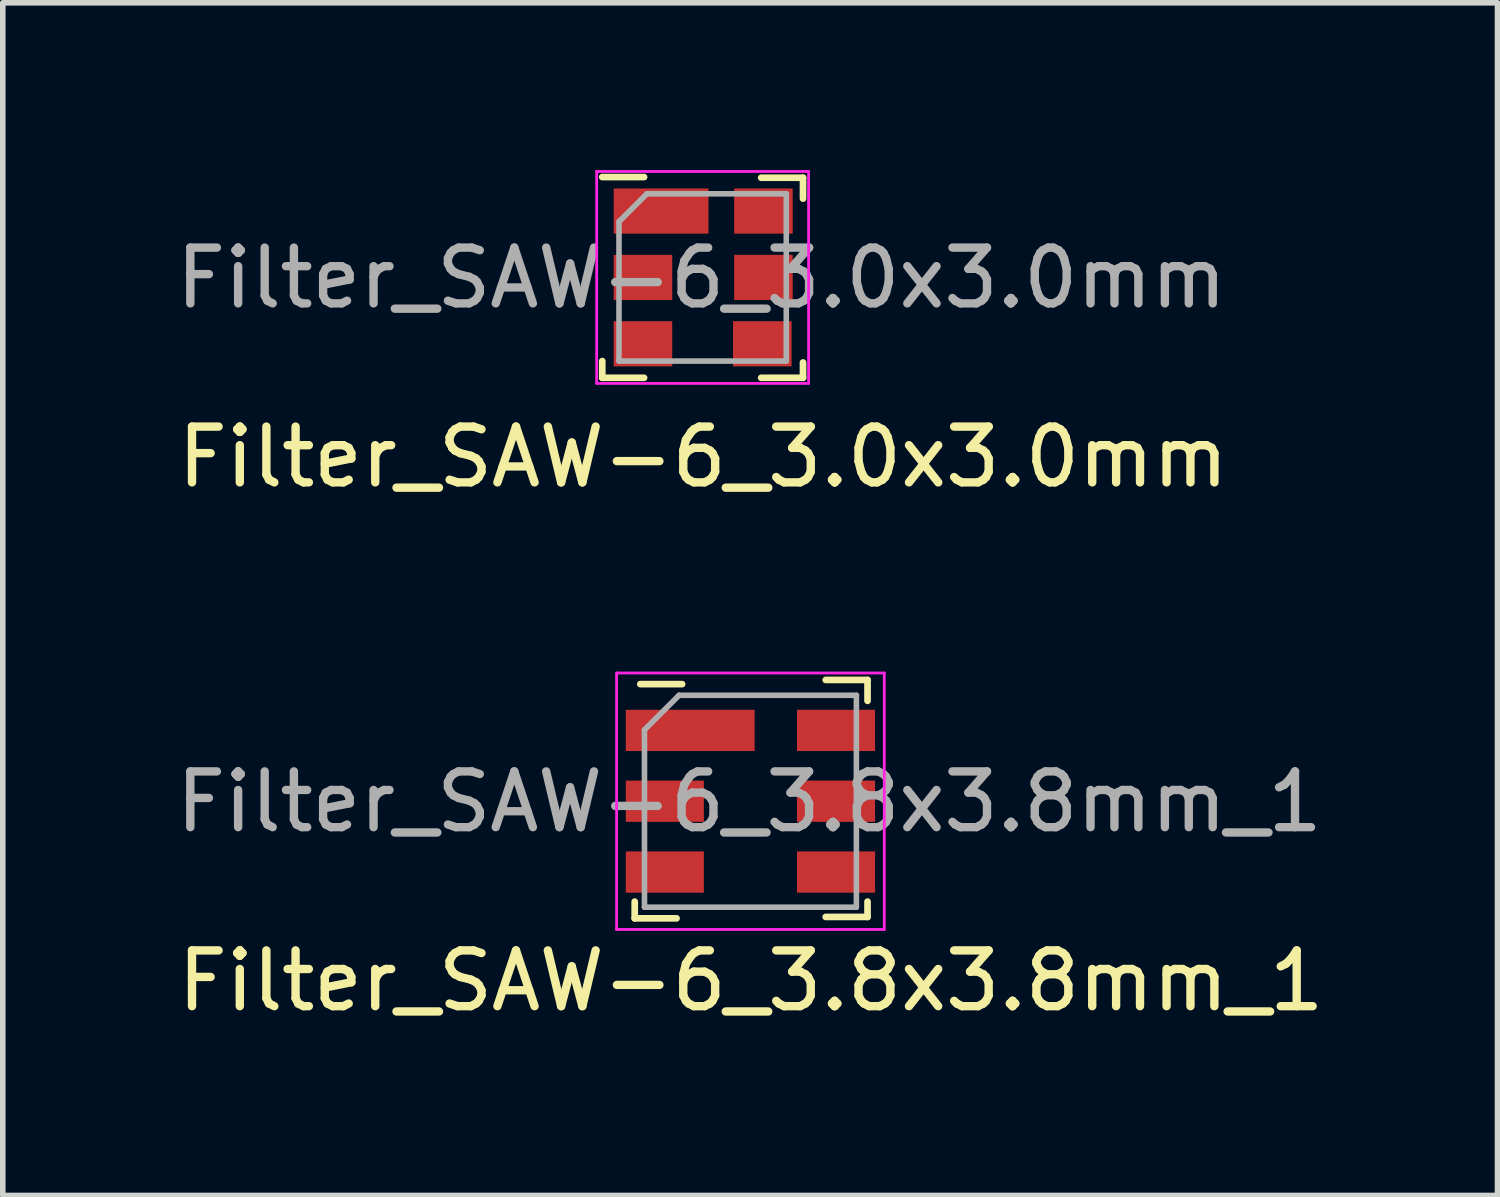
<source format=kicad_pcb>
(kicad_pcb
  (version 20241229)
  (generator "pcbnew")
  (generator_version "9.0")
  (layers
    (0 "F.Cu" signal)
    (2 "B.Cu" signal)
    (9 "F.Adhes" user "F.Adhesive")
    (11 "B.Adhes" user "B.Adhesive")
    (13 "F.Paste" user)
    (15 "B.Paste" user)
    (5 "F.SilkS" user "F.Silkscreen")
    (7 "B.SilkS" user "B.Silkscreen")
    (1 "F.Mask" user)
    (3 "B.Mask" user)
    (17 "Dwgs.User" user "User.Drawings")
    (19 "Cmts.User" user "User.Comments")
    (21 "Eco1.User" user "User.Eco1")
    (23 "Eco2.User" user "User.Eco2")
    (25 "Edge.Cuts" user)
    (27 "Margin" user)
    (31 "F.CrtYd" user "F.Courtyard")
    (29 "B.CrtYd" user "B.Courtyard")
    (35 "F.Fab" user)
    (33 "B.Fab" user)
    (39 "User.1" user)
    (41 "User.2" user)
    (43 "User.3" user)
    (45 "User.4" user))
  (footprint "Filter_SAW-6_3.0x3.0mm"
    (layer "F.Cu")
    (at 9.55 1.925)
    (property "Reference" "Filter_SAW-6_3.0x3.0mm" (at 0.01 3.22 0) (layer "F.SilkS") (effects (font (size 1 1) (thickness 0.15))))
    (attr smd)
    (fp_line (start -1.8 -1.8) (end -1.05 -1.8) (stroke (width 0.12) (type solid)) (layer "F.SilkS"))
    (fp_line (start -1.8 1.8) (end -1.8 1.5) (stroke (width 0.12) (type solid)) (layer "F.SilkS"))
    (fp_line (start -1.8 1.8) (end -1.05 1.8) (stroke (width 0.12) (type solid)) (layer "F.SilkS"))
    (fp_line (start 1.8 -1.788) (end 1.05 -1.788) (stroke (width 0.12) (type solid)) (layer "F.SilkS"))
    (fp_line (start 1.8 -1.788) (end 1.8 -1.413) (stroke (width 0.12) (type solid)) (layer "F.SilkS"))
    (fp_line (start 1.8 1.8) (end 1.05 1.8) (stroke (width 0.12) (type solid)) (layer "F.SilkS"))
    (fp_line (start 1.8 1.8) (end 1.8 1.525) (stroke (width 0.12) (type solid)) (layer "F.SilkS"))
    (fp_line (start -1.9 -1.9) (end 1.9 -1.9) (stroke (width 0.05) (type solid)) (layer "F.CrtYd"))
    (fp_line (start -1.9 1.9) (end -1.9 -1.9) (stroke (width 0.05) (type solid)) (layer "F.CrtYd"))
    (fp_line (start 1.9 -1.9) (end 1.9 1.9) (stroke (width 0.05) (type solid)) (layer "F.CrtYd"))
    (fp_line (start 1.9 1.9) (end -1.9 1.9) (stroke (width 0.05) (type solid)) (layer "F.CrtYd"))
    (fp_line (start -1.5 -1) (end -1.5 1.5) (stroke (width 0.1) (type default)) (layer "F.Fab"))
    (fp_line (start -1.5 1.5) (end 1.5 1.5) (stroke (width 0.1) (type default)) (layer "F.Fab"))
    (fp_line (start -1 -1.5) (end -1.5 -1) (stroke (width 0.1) (type default)) (layer "F.Fab"))
    (fp_line (start 1.5 -1.5) (end -1 -1.5) (stroke (width 0.1) (type default)) (layer "F.Fab"))
    (fp_line (start 1.5 1.5) (end 1.5 -1.5) (stroke (width 0.1) (type default)) (layer "F.Fab"))
    (fp_text user "${REFERENCE}" (at -0.02 0.01 0) (layer "F.Fab") (effects (font (size 1 1) (thickness 0.15))))
    (pad "1" smd rect (at -0.745 -1.19) (size 1.7 0.81) (layers "F.Cu" "F.Mask" "F.Paste"))
    (pad "2" smd rect (at -1.07 0) (size 1.05 0.81) (layers "F.Cu" "F.Mask" "F.Paste"))
    (pad "3" smd rect (at -1.07 1.19) (size 1.05 0.81) (layers "F.Cu" "F.Mask" "F.Paste"))
    (pad "4" smd rect (at 1.07 1.19) (size 1.05 0.81) (layers "F.Cu" "F.Mask" "F.Paste"))
    (pad "5" smd rect (at 1.09 0) (size 1.05 0.81) (layers "F.Cu" "F.Mask" "F.Paste"))
    (pad "6" smd rect (at 1.09 -1.19) (size 1.05 0.81) (layers "F.Cu" "F.Mask" "F.Paste")))
  (footprint "Filter_SAW-6_3.8x3.8mm_1"
    (layer "F.Cu")
    (at 10.407 11.318)
    (property "Reference" "Filter_SAW-6_3.8x3.8mm_1" (at 0.01 3.22 0) (layer "F.SilkS") (effects (font (size 1 1) (thickness 0.15))))
    (attr smd)
    (fp_line (start -2.075 2.1) (end -2.075 1.8) (stroke (width 0.12) (type solid)) (layer "F.SilkS"))
    (fp_line (start -2.075 2.1) (end -1.325 2.1) (stroke (width 0.12) (type solid)) (layer "F.SilkS"))
    (fp_line (start -1.975 -2.1) (end -1.225 -2.1) (stroke (width 0.12) (type solid)) (layer "F.SilkS"))
    (fp_line (start 2.1 -2.175) (end 1.35 -2.175) (stroke (width 0.12) (type solid)) (layer "F.SilkS"))
    (fp_line (start 2.1 -2.175) (end 2.1 -1.8) (stroke (width 0.12) (type solid)) (layer "F.SilkS"))
    (fp_line (start 2.1 2.075) (end 1.35 2.075) (stroke (width 0.12) (type solid)) (layer "F.SilkS"))
    (fp_line (start 2.1 2.075) (end 2.1 1.8) (stroke (width 0.12) (type solid)) (layer "F.SilkS"))
    (fp_line (start -2.4 -2.3) (end 2.4 -2.3) (stroke (width 0.05) (type solid)) (layer "F.CrtYd"))
    (fp_line (start -2.4 2.3) (end -2.4 -2.3) (stroke (width 0.05) (type solid)) (layer "F.CrtYd"))
    (fp_line (start 2.4 -2.3) (end 2.4 2.3) (stroke (width 0.05) (type solid)) (layer "F.CrtYd"))
    (fp_line (start 2.4 2.3) (end -2.4 2.3) (stroke (width 0.05) (type solid)) (layer "F.CrtYd"))
    (fp_line (start -1.9 1.9) (end -1.9 -1.28) (stroke (width 0.1) (type solid)) (layer "F.Fab"))
    (fp_line (start -1.28 -1.9) (end -1.9 -1.28) (stroke (width 0.1) (type solid)) (layer "F.Fab"))
    (fp_line (start -1.28 -1.9) (end 1.9 -1.9) (stroke (width 0.1) (type solid)) (layer "F.Fab"))
    (fp_line (start 1.9 -1.9) (end 1.9 1.9) (stroke (width 0.1) (type solid)) (layer "F.Fab"))
    (fp_line (start 1.9 1.9) (end -1.9 1.9) (stroke (width 0.1) (type solid)) (layer "F.Fab"))
    (fp_text user "${REFERENCE}" (at -0.02 0.01 0) (layer "F.Fab") (effects (font (size 1 1) (thickness 0.15))))
    (pad "1" smd rect (at -1.08 -1.27) (size 2.31 0.74) (layers "F.Cu" "F.Mask" "F.Paste"))
    (pad "2" smd rect (at -1.535 0) (size 1.4 0.74) (layers "F.Cu" "F.Mask" "F.Paste"))
    (pad "3" smd rect (at -1.535 1.27) (size 1.4 0.74) (layers "F.Cu" "F.Mask" "F.Paste"))
    (pad "4" smd rect (at 1.535 1.27) (size 1.4 0.74) (layers "F.Cu" "F.Mask" "F.Paste"))
    (pad "5" smd rect (at 1.535 0) (size 1.4 0.74) (layers "F.Cu" "F.Mask" "F.Paste"))
    (pad "6" smd rect (at 1.535 -1.27) (size 1.4 0.74) (layers "F.Cu" "F.Mask" "F.Paste")))
  (gr_rect
    (start -3 -3)
    (end 23.804 18.387)
    (stroke (width 0.1) (type default))
    (fill no)
    (layer "Edge.Cuts")))
</source>
